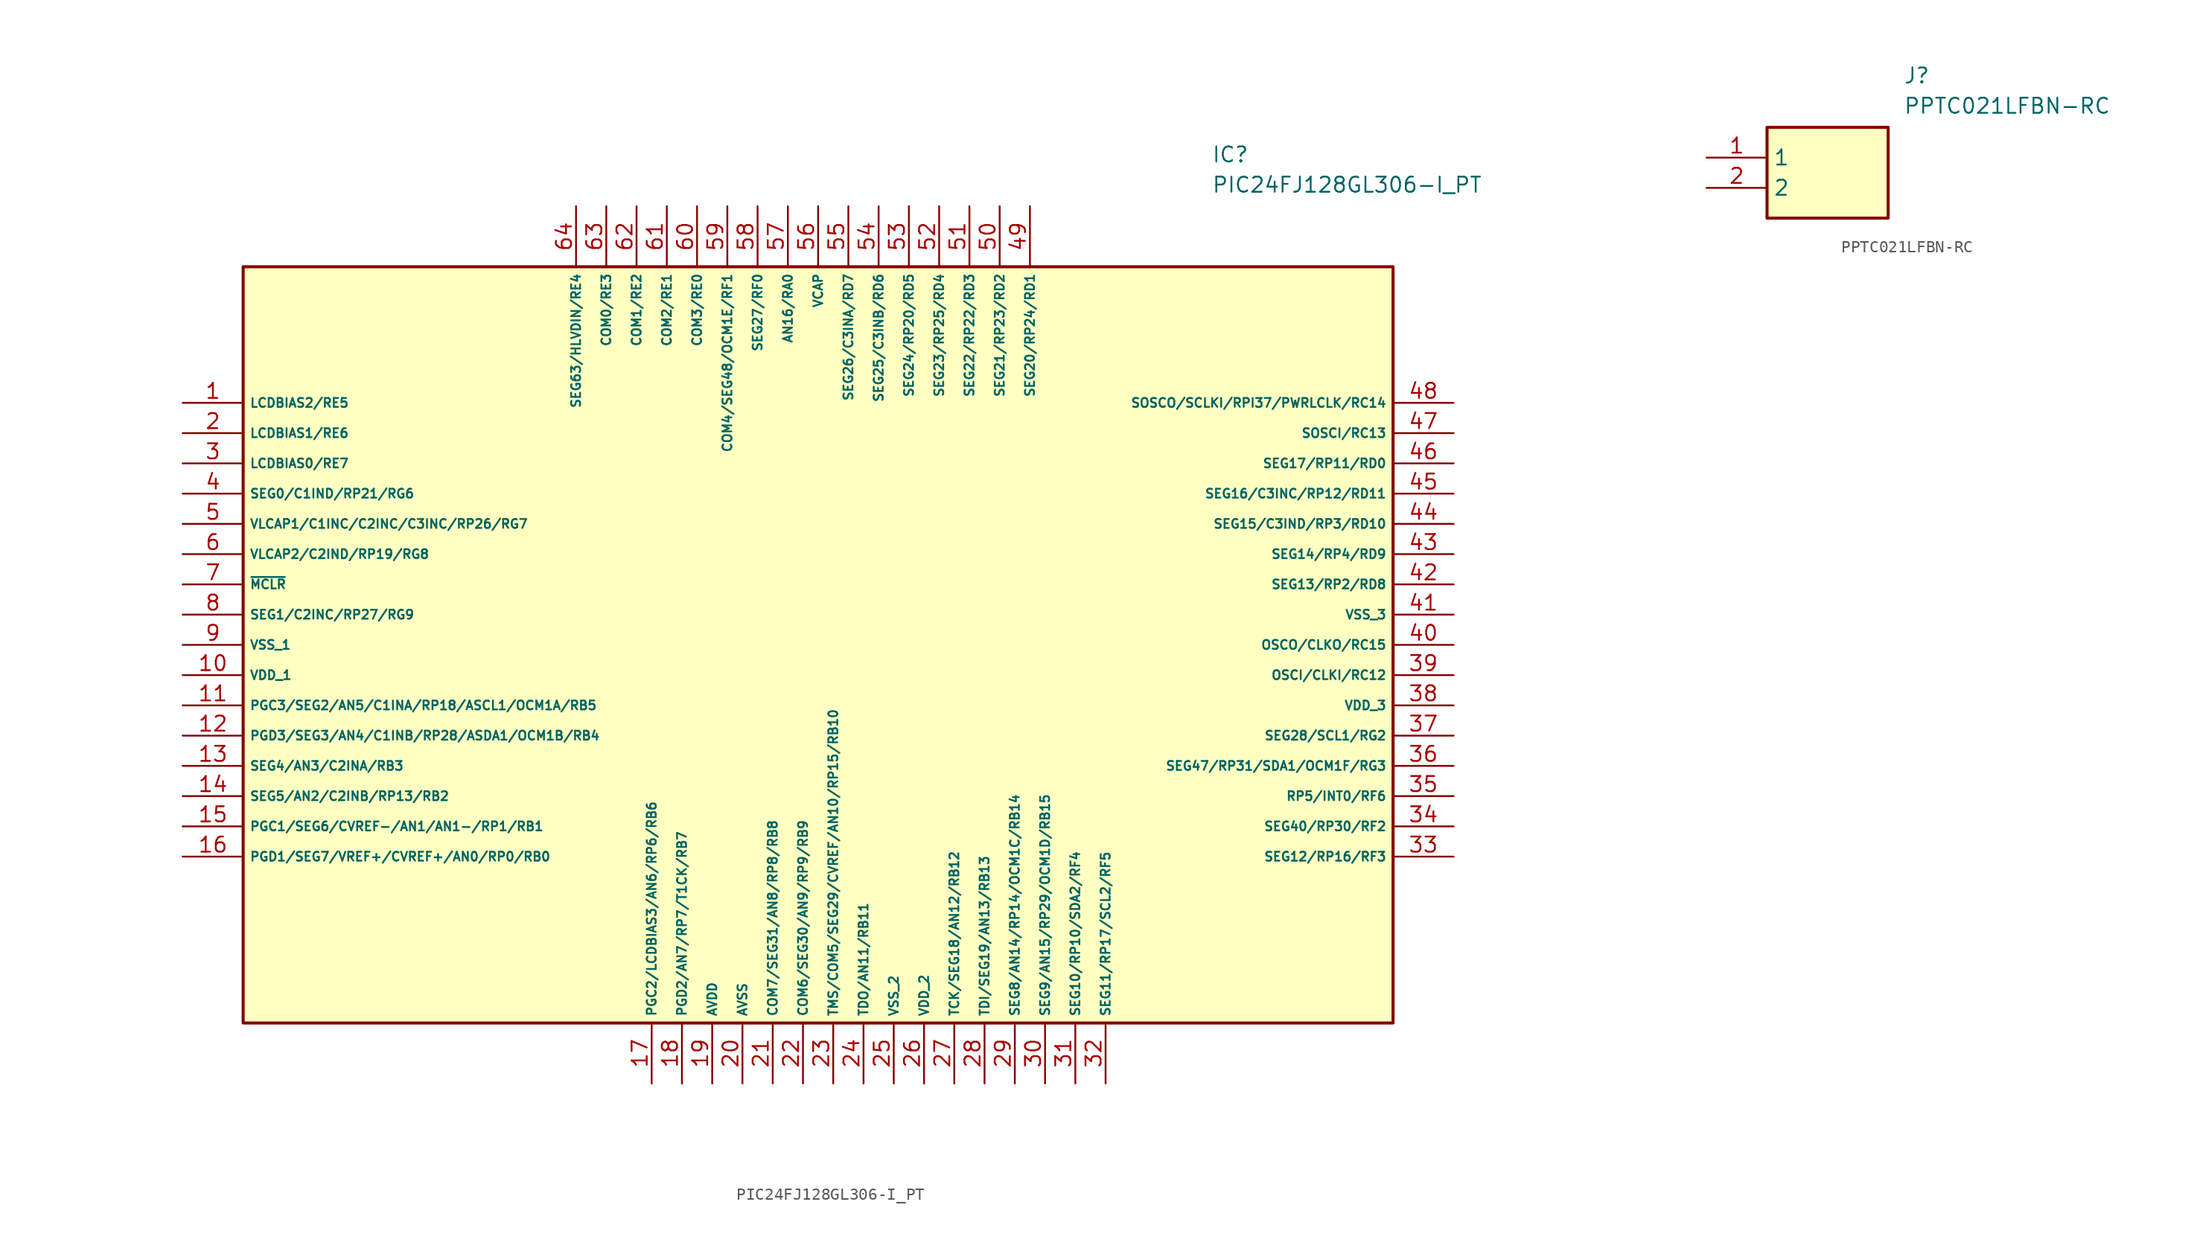
<source format=kicad_sym>
(kicad_symbol_lib
  (version 20231120)
  (generator "kicad_symbol_editor")
  (generator_version "8.0")
  (symbol "PIC24FJ128GL306-I_PT"
    (property "Reference" "IC"
      (at 86.36 40.64 0)
      (effects (font (size 1.27 1.27)) (justify left top)))
    (property "Value" "PIC24FJ128GL306-I_PT"
      (at 86.36 38.1 0)
      (effects (font (size 1.27 1.27)) (justify left top)))
    (symbol "PIC24FJ128GL306-I_PT_1_1"
      (rectangle (start 5.08 30.48) (end 101.6 -33.02) (stroke (width 0.254) (type default)) (fill (type background)))
      (pin passive line (at 0 19.05 0) (length 5.08) (name "LCDBIAS2/RE5" (effects (font (size 0.75 0.75)))) (number "1" (effects (font (size 1.27 1.27)))))
      (pin passive line (at 0 -3.81 0) (length 5.08) (name "VDD_1" (effects (font (size 0.75 0.75)))) (number "10" (effects (font (size 1.27 1.27)))))
      (pin passive line (at 0 -6.35 0) (length 5.08) (name "PGC3/SEG2/AN5/C1INA/RP18/ASCL1/OCM1A/RB5" (effects (font (size 0.75 0.75)))) (number "11" (effects (font (size 1.27 1.27)))))
      (pin passive line (at 0 -8.89 0) (length 5.08) (name "PGD3/SEG3/AN4/C1INB/RP28/ASDA1/OCM1B/RB4" (effects (font (size 0.75 0.75)))) (number "12" (effects (font (size 1.27 1.27)))))
      (pin passive line (at 0 -11.43 0) (length 5.08) (name "SEG4/AN3/C2INA/RB3" (effects (font (size 0.75 0.75)))) (number "13" (effects (font (size 1.27 1.27)))))
      (pin passive line (at 0 -13.97 0) (length 5.08) (name "SEG5/AN2/C2INB/RP13/RB2" (effects (font (size 0.75 0.75)))) (number "14" (effects (font (size 1.27 1.27)))))
      (pin passive line (at 0 -16.51 0) (length 5.08) (name "PGC1/SEG6/CVREF-/AN1/AN1-/RP1/RB1" (effects (font (size 0.75 0.75)))) (number "15" (effects (font (size 1.27 1.27)))))
      (pin passive line (at 0 -19.05 0) (length 5.08) (name "PGD1/SEG7/VREF+/CVREF+/AN0/RP0/RB0" (effects (font (size 0.75 0.75)))) (number "16" (effects (font (size 1.27 1.27)))))
      (pin passive line (at 39.37 -38.1 90) (length 5.08) (name "PGC2/LCDBIAS3/AN6/RP6/RB6" (effects (font (size 0.75 0.75)))) (number "17" (effects (font (size 1.27 1.27)))))
      (pin passive line (at 41.91 -38.1 90) (length 5.08) (name "PGD2/AN7/RP7/T1CK/RB7" (effects (font (size 0.75 0.75)))) (number "18" (effects (font (size 1.27 1.27)))))
      (pin passive line (at 44.45 -38.1 90) (length 5.08) (name "AVDD" (effects (font (size 0.75 0.75)))) (number "19" (effects (font (size 1.27 1.27)))))
      (pin passive line (at 0 16.51 0) (length 5.08) (name "LCDBIAS1/RE6" (effects (font (size 0.75 0.75)))) (number "2" (effects (font (size 1.27 1.27)))))
      (pin passive line (at 46.99 -38.1 90) (length 5.08) (name "AVSS" (effects (font (size 0.75 0.75)))) (number "20" (effects (font (size 1.27 1.27)))))
      (pin passive line (at 49.53 -38.1 90) (length 5.08) (name "COM7/SEG31/AN8/RP8/RB8" (effects (font (size 0.75 0.75)))) (number "21" (effects (font (size 1.27 1.27)))))
      (pin passive line (at 52.07 -38.1 90) (length 5.08) (name "COM6/SEG30/AN9/RP9/RB9" (effects (font (size 0.75 0.75)))) (number "22" (effects (font (size 1.27 1.27)))))
      (pin passive line (at 54.61 -38.1 90) (length 5.08) (name "TMS/COM5/SEG29/CVREF/AN10/RP15/RB10" (effects (font (size 0.75 0.75)))) (number "23" (effects (font (size 1.27 1.27)))))
      (pin passive line (at 57.15 -38.1 90) (length 5.08) (name "TDO/AN11/RB11" (effects (font (size 0.75 0.75)))) (number "24" (effects (font (size 1.27 1.27)))))
      (pin passive line (at 59.69 -38.1 90) (length 5.08) (name "VSS_2" (effects (font (size 0.75 0.75)))) (number "25" (effects (font (size 1.27 1.27)))))
      (pin passive line (at 62.23 -38.1 90) (length 5.08) (name "VDD_2" (effects (font (size 0.75 0.75)))) (number "26" (effects (font (size 1.27 1.27)))))
      (pin passive line (at 64.77 -38.1 90) (length 5.08) (name "TCK/SEG18/AN12/RB12" (effects (font (size 0.75 0.75)))) (number "27" (effects (font (size 1.27 1.27)))))
      (pin passive line (at 67.31 -38.1 90) (length 5.08) (name "TDI/SEG19/AN13/RB13" (effects (font (size 0.75 0.75)))) (number "28" (effects (font (size 1.27 1.27)))))
      (pin passive line (at 69.85 -38.1 90) (length 5.08) (name "SEG8/AN14/RP14/OCM1C/RB14" (effects (font (size 0.75 0.75)))) (number "29" (effects (font (size 1.27 1.27)))))
      (pin passive line (at 0 13.97 0) (length 5.08) (name "LCDBIAS0/RE7" (effects (font (size 0.75 0.75)))) (number "3" (effects (font (size 1.27 1.27)))))
      (pin passive line (at 72.39 -38.1 90) (length 5.08) (name "SEG9/AN15/RP29/OCM1D/RB15" (effects (font (size 0.75 0.75)))) (number "30" (effects (font (size 1.27 1.27)))))
      (pin passive line (at 74.93 -38.1 90) (length 5.08) (name "SEG10/RP10/SDA2/RF4" (effects (font (size 0.75 0.75)))) (number "31" (effects (font (size 1.27 1.27)))))
      (pin passive line (at 77.47 -38.1 90) (length 5.08) (name "SEG11/RP17/SCL2/RF5" (effects (font (size 0.75 0.75)))) (number "32" (effects (font (size 1.27 1.27)))))
      (pin passive line (at 106.68 -19.05 180) (length 5.08) (name "SEG12/RP16/RF3" (effects (font (size 0.75 0.75)))) (number "33" (effects (font (size 1.27 1.27)))))
      (pin passive line (at 106.68 -16.51 180) (length 5.08) (name "SEG40/RP30/RF2" (effects (font (size 0.75 0.75)))) (number "34" (effects (font (size 1.27 1.27)))))
      (pin passive line (at 106.68 -13.97 180) (length 5.08) (name "RP5/INT0/RF6" (effects (font (size 0.75 0.75)))) (number "35" (effects (font (size 1.27 1.27)))))
      (pin passive line (at 106.68 -11.43 180) (length 5.08) (name "SEG47/RP31/SDA1/OCM1F/RG3" (effects (font (size 0.75 0.75)))) (number "36" (effects (font (size 1.27 1.27)))))
      (pin passive line (at 106.68 -8.89 180) (length 5.08) (name "SEG28/SCL1/RG2" (effects (font (size 0.75 0.75)))) (number "37" (effects (font (size 1.27 1.27)))))
      (pin passive line (at 106.68 -6.35 180) (length 5.08) (name "VDD_3" (effects (font (size 0.75 0.75)))) (number "38" (effects (font (size 1.27 1.27)))))
      (pin passive line (at 106.68 -3.81 180) (length 5.08) (name "OSCI/CLKI/RC12" (effects (font (size 0.75 0.75)))) (number "39" (effects (font (size 1.27 1.27)))))
      (pin passive line (at 0 11.43 0) (length 5.08) (name "SEG0/C1IND/RP21/RG6" (effects (font (size 0.75 0.75)))) (number "4" (effects (font (size 1.27 1.27)))))
      (pin passive line (at 106.68 -1.27 180) (length 5.08) (name "OSCO/CLKO/RC15" (effects (font (size 0.75 0.75)))) (number "40" (effects (font (size 1.27 1.27)))))
      (pin passive line (at 106.68 1.27 180) (length 5.08) (name "VSS_3" (effects (font (size 0.75 0.75)))) (number "41" (effects (font (size 1.27 1.27)))))
      (pin passive line (at 106.68 3.81 180) (length 5.08) (name "SEG13/RP2/RD8" (effects (font (size 0.75 0.75)))) (number "42" (effects (font (size 1.27 1.27)))))
      (pin passive line (at 106.68 6.35 180) (length 5.08) (name "SEG14/RP4/RD9" (effects (font (size 0.75 0.75)))) (number "43" (effects (font (size 1.27 1.27)))))
      (pin passive line (at 106.68 8.89 180) (length 5.08) (name "SEG15/C3IND/RP3/RD10" (effects (font (size 0.75 0.75)))) (number "44" (effects (font (size 1.27 1.27)))))
      (pin passive line (at 106.68 11.43 180) (length 5.08) (name "SEG16/C3INC/RP12/RD11" (effects (font (size 0.75 0.75)))) (number "45" (effects (font (size 1.27 1.27)))))
      (pin passive line (at 106.68 13.97 180) (length 5.08) (name "SEG17/RP11/RD0" (effects (font (size 0.75 0.75)))) (number "46" (effects (font (size 1.27 1.27)))))
      (pin passive line (at 106.68 16.51 180) (length 5.08) (name "SOSCI/RC13" (effects (font (size 0.75 0.75)))) (number "47" (effects (font (size 1.27 1.27)))))
      (pin passive line (at 106.68 19.05 180) (length 5.08) (name "SOSCO/SCLKI/RPI37/PWRLCLK/RC14" (effects (font (size 0.75 0.75)))) (number "48" (effects (font (size 1.27 1.27)))))
      (pin passive line (at 71.12 35.56 270) (length 5.08) (name "SEG20/RP24/RD1" (effects (font (size 0.75 0.75)))) (number "49" (effects (font (size 1.27 1.27)))))
      (pin passive line (at 0 8.89 0) (length 5.08) (name "VLCAP1/C1INC/C2INC/C3INC/RP26/RG7" (effects (font (size 0.75 0.75)))) (number "5" (effects (font (size 1.27 1.27)))))
      (pin passive line (at 68.58 35.56 270) (length 5.08) (name "SEG21/RP23/RD2" (effects (font (size 0.75 0.75)))) (number "50" (effects (font (size 1.27 1.27)))))
      (pin passive line (at 66.04 35.56 270) (length 5.08) (name "SEG22/RP22/RD3" (effects (font (size 0.75 0.75)))) (number "51" (effects (font (size 1.27 1.27)))))
      (pin passive line (at 63.5 35.56 270) (length 5.08) (name "SEG23/RP25/RD4" (effects (font (size 0.75 0.75)))) (number "52" (effects (font (size 1.27 1.27)))))
      (pin passive line (at 60.96 35.56 270) (length 5.08) (name "SEG24/RP20/RD5" (effects (font (size 0.75 0.75)))) (number "53" (effects (font (size 1.27 1.27)))))
      (pin passive line (at 58.42 35.56 270) (length 5.08) (name "SEG25/C3INB/RD6" (effects (font (size 0.75 0.75)))) (number "54" (effects (font (size 1.27 1.27)))))
      (pin passive line (at 55.88 35.56 270) (length 5.08) (name "SEG26/C3INA/RD7" (effects (font (size 0.75 0.75)))) (number "55" (effects (font (size 1.27 1.27)))))
      (pin passive line (at 53.34 35.56 270) (length 5.08) (name "VCAP" (effects (font (size 0.75 0.75)))) (number "56" (effects (font (size 1.27 1.27)))))
      (pin passive line (at 50.8 35.56 270) (length 5.08) (name "AN16/RA0" (effects (font (size 0.75 0.75)))) (number "57" (effects (font (size 1.27 1.27)))))
      (pin passive line (at 48.26 35.56 270) (length 5.08) (name "SEG27/RF0" (effects (font (size 0.75 0.75)))) (number "58" (effects (font (size 1.27 1.27)))))
      (pin passive line (at 45.72 35.56 270) (length 5.08) (name "COM4/SEG48/OCM1E/RF1" (effects (font (size 0.75 0.75)))) (number "59" (effects (font (size 1.27 1.27)))))
      (pin passive line (at 0 6.35 0) (length 5.08) (name "VLCAP2/C2IND/RP19/RG8" (effects (font (size 0.75 0.75)))) (number "6" (effects (font (size 1.27 1.27)))))
      (pin passive line (at 43.18 35.56 270) (length 5.08) (name "COM3/RE0" (effects (font (size 0.75 0.75)))) (number "60" (effects (font (size 1.27 1.27)))))
      (pin passive line (at 40.64 35.56 270) (length 5.08) (name "COM2/RE1" (effects (font (size 0.75 0.75)))) (number "61" (effects (font (size 1.27 1.27)))))
      (pin passive line (at 38.1 35.56 270) (length 5.08) (name "COM1/RE2" (effects (font (size 0.75 0.75)))) (number "62" (effects (font (size 1.27 1.27)))))
      (pin passive line (at 35.56 35.56 270) (length 5.08) (name "COM0/RE3" (effects (font (size 0.75 0.75)))) (number "63" (effects (font (size 1.27 1.27)))))
      (pin passive line (at 33.02 35.56 270) (length 5.08) (name "SEG63/HLVDIN/RE4" (effects (font (size 0.75 0.75)))) (number "64" (effects (font (size 1.27 1.27)))))
      (pin passive line (at 0 3.81 0) (length 5.08) (name "~{MCLR}" (effects (font (size 0.75 0.75)))) (number "7" (effects (font (size 1.27 1.27)))))
      (pin passive line (at 0 1.27 0) (length 5.08) (name "SEG1/C2INC/RP27/RG9" (effects (font (size 0.75 0.75)))) (number "8" (effects (font (size 1.27 1.27)))))
      (pin passive line (at 0 -1.27 0) (length 5.08) (name "VSS_1" (effects (font (size 0.75 0.75)))) (number "9" (effects (font (size 1.27 1.27)))))))
  (symbol "PPTC021LFBN-RC"
    (property "Reference" "J"
      (at 16.51 7.62 0)
      (effects (font (size 1.27 1.27)) (justify left top)))
    (property "Value" "PPTC021LFBN-RC"
      (at 16.51 5.08 0)
      (effects (font (size 1.27 1.27)) (justify left top)))
    (symbol "PPTC021LFBN-RC_1_1"
      (rectangle (start 5.08 2.54) (end 15.24 -5.08) (stroke (width 0.254) (type default)) (fill (type background)))
      (pin passive line (at 0 0 0) (length 5.08) (name "1" (effects (font (size 1.27 1.27)))) (number "1" (effects (font (size 1.27 1.27)))))
      (pin passive line (at 0 -2.54 0) (length 5.08) (name "2" (effects (font (size 1.27 1.27)))) (number "2" (effects (font (size 1.27 1.27))))))))
</source>
